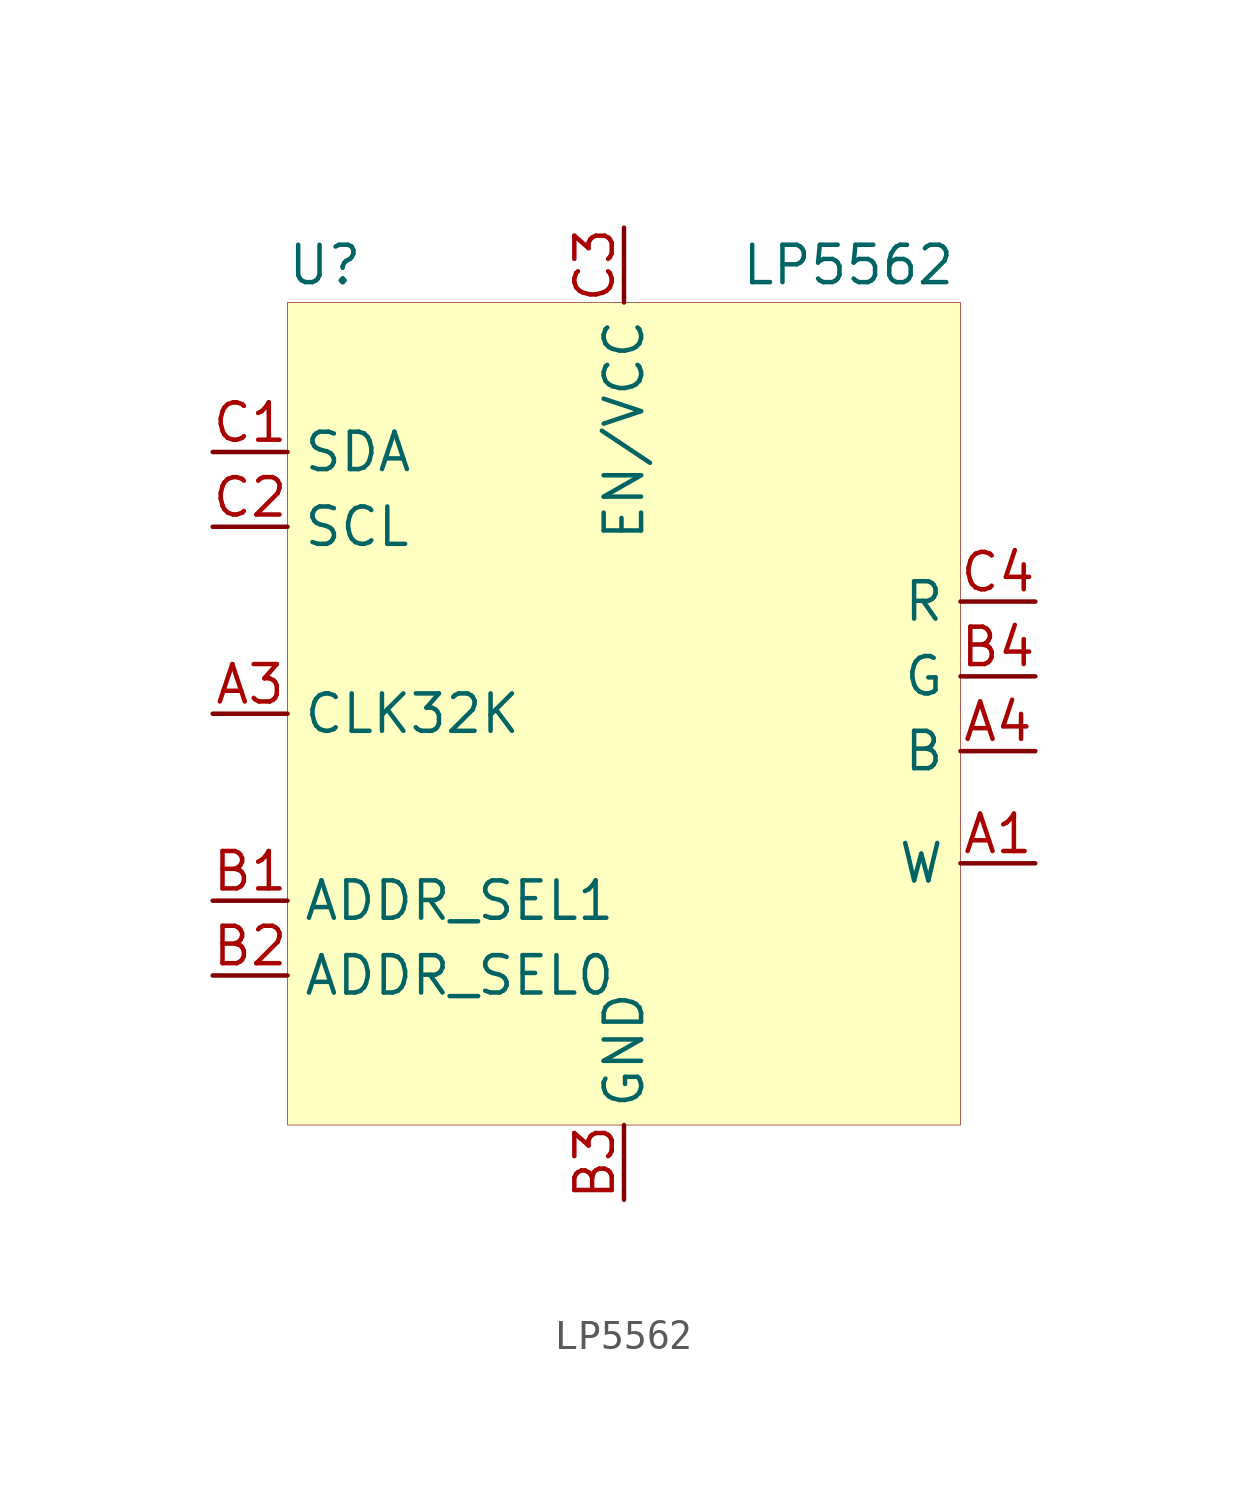
<source format=kicad_sym>
(kicad_symbol_lib
  (version 20211014)
  (generator kicad_symbol_editor)
  (symbol "LP5562"
    (property "Reference" "U"
      (at -10.16 15.24 0)
      (effects (font (size 1.27 1.27))))
    (property "Value" "LP5562"
      (at 7.62 15.24 0)
      (effects (font (size 1.27 1.27))))
    (symbol "LP5562_0_1"
      (rectangle (start -11.43 13.97) (end 11.43 -13.97) (stroke (width 0.001) (type default) (color 0 0 0 0)) (fill (type background))))
    (symbol "LP5562_1_1"
      (pin output line (at 13.97 -5.08 180) (length 2.54) (name "W" (effects (font (size 1.27 1.27)))) (number "A1" (effects (font (size 1.27 1.27)))))
      (pin input line (at -13.97 0 0) (length 2.54) (name "CLK32K" (effects (font (size 1.27 1.27)))) (number "A3" (effects (font (size 1.27 1.27)))))
      (pin output line (at 13.97 -1.27 180) (length 2.54) (name "B" (effects (font (size 1.27 1.27)))) (number "A4" (effects (font (size 1.27 1.27)))))
      (pin input line (at -13.97 -6.35 0) (length 2.54) (name "ADDR_SEL1" (effects (font (size 1.27 1.27)))) (number "B1" (effects (font (size 1.27 1.27)))))
      (pin input line (at -13.97 -8.89 0) (length 2.54) (name "ADDR_SEL0" (effects (font (size 1.27 1.27)))) (number "B2" (effects (font (size 1.27 1.27)))))
      (pin input line (at 0 -16.51 90) (length 2.54) (name "GND" (effects (font (size 1.27 1.27)))) (number "B3" (effects (font (size 1.27 1.27)))))
      (pin output line (at 13.97 1.27 180) (length 2.54) (name "G" (effects (font (size 1.27 1.27)))) (number "B4" (effects (font (size 1.27 1.27)))))
      (pin bidirectional line (at -13.97 8.89 0) (length 2.54) (name "SDA" (effects (font (size 1.27 1.27)))) (number "C1" (effects (font (size 1.27 1.27)))))
      (pin input line (at -13.97 6.35 0) (length 2.54) (name "SCL" (effects (font (size 1.27 1.27)))) (number "C2" (effects (font (size 1.27 1.27)))))
      (pin input line (at 0 16.51 270) (length 2.54) (name "EN/VCC" (effects (font (size 1.27 1.27)))) (number "C3" (effects (font (size 1.27 1.27)))))
      (pin output line (at 13.97 3.81 180) (length 2.54) (name "R" (effects (font (size 1.27 1.27)))) (number "C4" (effects (font (size 1.27 1.27))))))))
</source>
